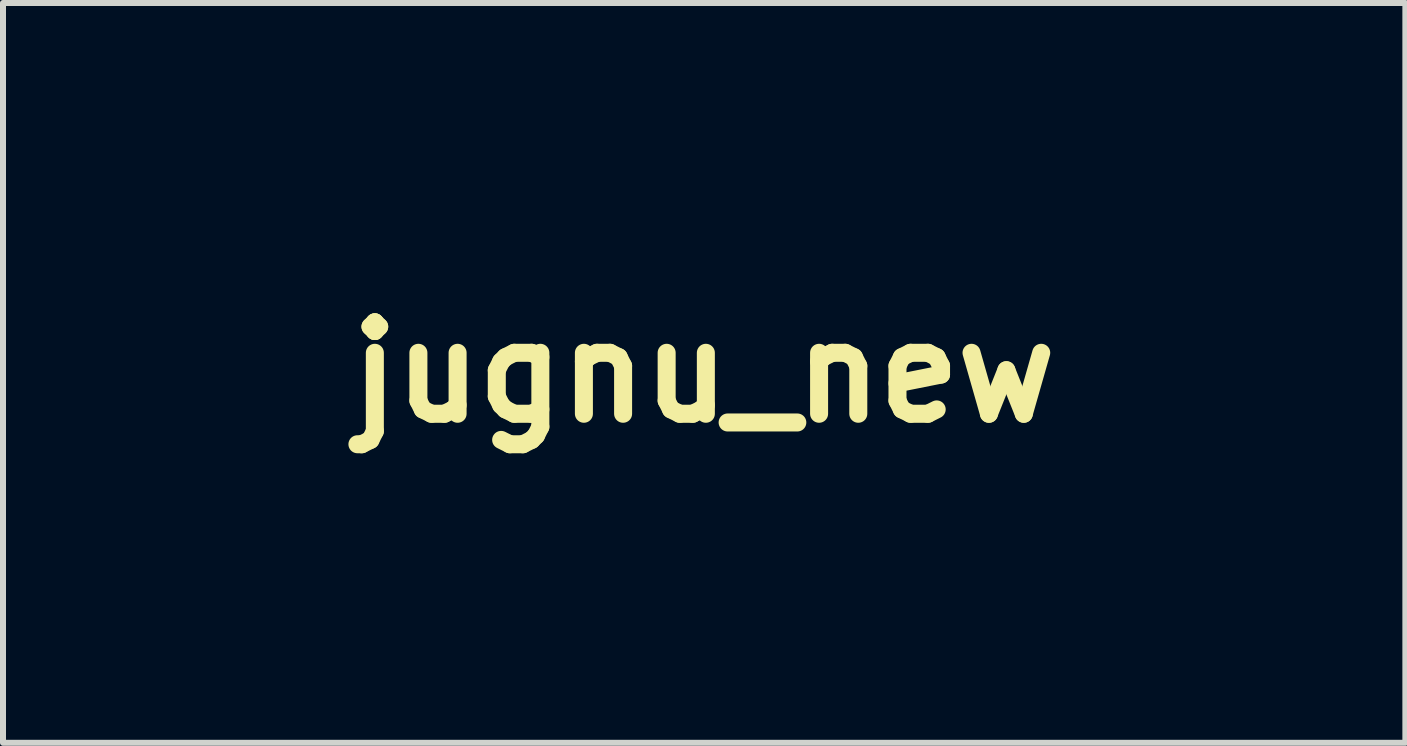
<source format=kicad_pcb>
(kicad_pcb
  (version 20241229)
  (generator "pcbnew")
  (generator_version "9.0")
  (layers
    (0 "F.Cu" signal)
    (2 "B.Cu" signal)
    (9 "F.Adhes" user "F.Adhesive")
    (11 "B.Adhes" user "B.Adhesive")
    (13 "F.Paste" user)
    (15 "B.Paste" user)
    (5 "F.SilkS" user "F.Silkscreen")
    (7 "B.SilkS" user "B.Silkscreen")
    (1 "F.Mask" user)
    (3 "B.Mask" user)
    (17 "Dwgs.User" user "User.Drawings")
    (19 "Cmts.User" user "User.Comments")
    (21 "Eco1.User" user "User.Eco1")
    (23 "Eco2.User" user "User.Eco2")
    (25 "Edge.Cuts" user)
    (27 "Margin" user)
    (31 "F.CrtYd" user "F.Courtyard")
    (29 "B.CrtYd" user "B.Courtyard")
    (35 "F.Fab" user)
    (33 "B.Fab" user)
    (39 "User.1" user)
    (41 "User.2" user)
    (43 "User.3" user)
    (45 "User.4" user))
  (footprint "jugnu_new"
    (layer "F.Cu")
    (at 8.675 3.155)
    (property "Reference" "jugnu_new" (at 0 0 0) (layer "F.SilkS") (effects (font (size 1.524 1.524) (thickness 0.3))))
    (attr through_hole)
    (fp_poly (pts (xy 0.965 3.167) (xy 0.694 3.167) (xy 0.694 2.845) (xy 0.965 2.845) (xy 0.965 3.167)) (stroke (width 0.01) (type solid)) (fill yes) (layer "F.Mask"))
    (fp_poly (pts (xy -0.271 2.946) (xy 0.152 2.946) (xy 0.152 3.167) (xy -0.948 3.167) (xy -0.948 2.946) (xy -0.525 2.946) (xy -0.525 2.218) (xy -0.525 2.065) (xy -0.525 1.923) (xy -0.526 1.795) (xy -0.526 1.685) (xy -0.527 1.596) (xy -0.528 1.532) (xy -0.529 1.497) (xy -0.529 1.49) (xy -0.546 1.493) (xy -0.591 1.502) (xy -0.655 1.514) (xy -0.735 1.529) (xy -0.753 1.533) (xy -0.834 1.548) (xy -0.903 1.561) (xy -0.952 1.57) (xy -0.976 1.575) (xy -0.977 1.575) (xy -0.98 1.559) (xy -0.981 1.518) (xy -0.982 1.461) (xy -0.982 1.456) (xy -0.981 1.398) (xy -0.98 1.356) (xy -0.977 1.338) (xy -0.977 1.338) (xy -0.96 1.335) (xy -0.915 1.326) (xy -0.85 1.314) (xy -0.771 1.299) (xy -0.753 1.295) (xy -0.656 1.279) (xy -0.556 1.265) (xy -0.467 1.256) (xy -0.402 1.253) (xy -0.271 1.253) (xy -0.271 2.946)) (stroke (width 0.01) (type solid)) (fill yes) (layer "F.Mask"))
    (fp_poly (pts (xy 2.235 2.946) (xy 2.659 2.946) (xy 2.659 3.167) (xy 1.558 3.167) (xy 1.558 2.946) (xy 1.981 2.946) (xy 1.981 2.218) (xy 1.981 2.065) (xy 1.981 1.923) (xy 1.98 1.795) (xy 1.98 1.685) (xy 1.979 1.596) (xy 1.978 1.532) (xy 1.978 1.497) (xy 1.977 1.49) (xy 1.96 1.493) (xy 1.916 1.502) (xy 1.851 1.514) (xy 1.771 1.529) (xy 1.753 1.533) (xy 1.672 1.548) (xy 1.603 1.561) (xy 1.554 1.57) (xy 1.53 1.575) (xy 1.529 1.575) (xy 1.527 1.559) (xy 1.525 1.518) (xy 1.524 1.461) (xy 1.524 1.456) (xy 1.525 1.398) (xy 1.526 1.356) (xy 1.529 1.338) (xy 1.529 1.338) (xy 1.546 1.335) (xy 1.591 1.326) (xy 1.656 1.314) (xy 1.735 1.299) (xy 1.753 1.295) (xy 1.85 1.279) (xy 1.95 1.265) (xy 2.039 1.256) (xy 2.104 1.253) (xy 2.235 1.253) (xy 2.235 2.946)) (stroke (width 0.01) (type solid)) (fill yes) (layer "F.Mask"))
    (fp_poly (pts (xy -1.419 1.728) (xy -1.375 1.729) (xy -1.355 1.731) (xy -1.355 1.731) (xy -1.361 1.748) (xy -1.377 1.792) (xy -1.403 1.862) (xy -1.438 1.955) (xy -1.479 2.066) (xy -1.527 2.192) (xy -1.579 2.332) (xy -1.622 2.447) (xy -1.889 3.158) (xy -2.211 3.168) (xy -2.471 2.469) (xy -2.526 2.322) (xy -2.577 2.185) (xy -2.623 2.061) (xy -2.663 1.953) (xy -2.696 1.864) (xy -2.721 1.798) (xy -2.735 1.759) (xy -2.739 1.748) (xy -2.734 1.737) (xy -2.705 1.73) (xy -2.648 1.728) (xy -2.622 1.727) (xy -2.498 1.728) (xy -2.279 2.32) (xy -2.23 2.454) (xy -2.183 2.577) (xy -2.142 2.686) (xy -2.107 2.778) (xy -2.079 2.848) (xy -2.06 2.894) (xy -2.051 2.912) (xy -2.051 2.912) (xy -2.043 2.897) (xy -2.024 2.853) (xy -1.997 2.785) (xy -1.963 2.695) (xy -1.922 2.587) (xy -1.876 2.465) (xy -1.826 2.332) (xy -1.822 2.32) (xy -1.603 1.727) (xy -1.479 1.727) (xy -1.419 1.728)) (stroke (width 0.01) (type solid)) (fill yes) (layer "F.Mask"))
    (fp_poly (pts (xy -6.663 -3.129) (xy -6.655 -3.107) (xy -6.639 -3.058) (xy -6.615 -2.986) (xy -6.585 -2.896) (xy -6.55 -2.793) (xy -6.522 -2.709) (xy -6.389 -2.311) (xy -5.692 -2.307) (xy -4.995 -2.303) (xy -4.995 -2.152) (xy -5.224 -2.142) (xy -5.232 -1.877) (xy -5.236 -1.776) (xy -5.239 -1.703) (xy -5.244 -1.652) (xy -5.251 -1.615) (xy -5.262 -1.587) (xy -5.277 -1.561) (xy -5.292 -1.539) (xy -5.36 -1.465) (xy -5.442 -1.412) (xy -5.53 -1.384) (xy -5.617 -1.384) (xy -5.639 -1.389) (xy -5.679 -1.398) (xy -5.702 -1.399) (xy -5.703 -1.398) (xy -5.7 -1.378) (xy -5.678 -1.337) (xy -5.64 -1.28) (xy -5.59 -1.211) (xy -5.53 -1.135) (xy -5.464 -1.055) (xy -5.396 -0.977) (xy -5.329 -0.904) (xy -5.267 -0.841) (xy -5.256 -0.832) (xy -5.128 -0.712) (xy -5.174 -0.653) (xy -5.219 -0.593) (xy -5.295 -0.656) (xy -5.418 -0.768) (xy -5.546 -0.905) (xy -5.675 -1.062) (xy -5.799 -1.23) (xy -5.913 -1.404) (xy -6.012 -1.577) (xy -6.034 -1.62) (xy -6.094 -1.739) (xy -6.029 -1.775) (xy -5.973 -1.803) (xy -5.94 -1.81) (xy -5.927 -1.796) (xy -5.927 -1.79) (xy -5.914 -1.759) (xy -5.882 -1.716) (xy -5.838 -1.668) (xy -5.789 -1.625) (xy -5.744 -1.594) (xy -5.739 -1.591) (xy -5.68 -1.57) (xy -5.611 -1.56) (xy -5.546 -1.561) (xy -5.496 -1.573) (xy -5.486 -1.58) (xy -5.454 -1.608) (xy -5.431 -1.639) (xy -5.416 -1.679) (xy -5.407 -1.735) (xy -5.403 -1.811) (xy -5.402 -1.915) (xy -5.402 -2.151) (xy -6.401 -2.151) (xy -6.401 -0.593) (xy -6.57 -0.593) (xy -6.57 -2.151) (xy -7.078 -2.151) (xy -7.078 -0.593) (xy -7.247 -0.593) (xy -7.247 -1.405) (xy -7.472 -1.406) (xy -7.696 -1.406) (xy -7.789 -1.575) (xy -7.247 -1.575) (xy -7.247 -2.151) (xy -7.84 -2.151) (xy -7.841 -1.884) (xy -7.842 -1.762) (xy -7.847 -1.667) (xy -7.858 -1.595) (xy -7.876 -1.539) (xy -7.902 -1.493) (xy -7.938 -1.452) (xy -7.965 -1.426) (xy -8.02 -1.387) (xy -8.079 -1.37) (xy -8.155 -1.37) (xy -8.161 -1.37) (xy -8.188 -1.369) (xy -8.187 -1.356) (xy -8.184 -1.352) (xy -8.169 -1.332) (xy -8.138 -1.289) (xy -8.093 -1.227) (xy -8.038 -1.15) (xy -7.975 -1.062) (xy -7.942 -1.016) (xy -7.876 -0.925) (xy -7.817 -0.843) (xy -7.767 -0.774) (xy -7.73 -0.721) (xy -7.707 -0.69) (xy -7.702 -0.684) (xy -7.705 -0.662) (xy -7.739 -0.631) (xy -7.755 -0.621) (xy -7.822 -0.576) (xy -7.98 -0.8) (xy -8.04 -0.885) (xy -8.113 -0.989) (xy -8.194 -1.103) (xy -8.277 -1.22) (xy -8.355 -1.331) (xy -8.365 -1.345) (xy -8.59 -1.665) (xy -8.533 -1.712) (xy -8.496 -1.742) (xy -8.47 -1.759) (xy -8.465 -1.761) (xy -8.451 -1.748) (xy -8.425 -1.715) (xy -8.394 -1.672) (xy -8.327 -1.592) (xy -8.256 -1.542) (xy -8.185 -1.522) (xy -8.116 -1.533) (xy -8.065 -1.565) (xy -8.018 -1.606) (xy -8.013 -1.878) (xy -8.007 -2.151) (xy -8.67 -2.151) (xy -8.67 -2.303) (xy -7.65 -2.303) (xy -6.629 -2.304) (xy -6.742 -2.377) (xy -6.796 -2.412) (xy -6.87 -2.46) (xy -6.957 -2.516) (xy -7.048 -2.576) (xy -7.094 -2.606) (xy -7.333 -2.762) (xy -7.306 -2.808) (xy -7.287 -2.841) (xy -7.271 -2.866) (xy -7.255 -2.882) (xy -7.235 -2.887) (xy -7.209 -2.88) (xy -7.172 -2.858) (xy -7.121 -2.822) (xy -7.054 -2.768) (xy -6.966 -2.697) (xy -6.872 -2.619) (xy -6.778 -2.542) (xy -6.692 -2.473) (xy -6.619 -2.415) (xy -6.561 -2.369) (xy -6.522 -2.34) (xy -6.505 -2.329) (xy -6.505 -2.329) (xy -6.509 -2.346) (xy -6.526 -2.386) (xy -6.552 -2.444) (xy -6.579 -2.501) (xy -6.621 -2.588) (xy -6.67 -2.691) (xy -6.719 -2.795) (xy -6.749 -2.857) (xy -6.839 -3.046) (xy -6.755 -3.098) (xy -6.702 -3.127) (xy -6.672 -3.135) (xy -6.663 -3.129)) (stroke (width 0.01) (type solid)) (fill yes) (layer "F.Mask"))
    (fp_poly (pts (xy 0.508 -2.151) (xy 0.22 -2.151) (xy 0.224 -1.43) (xy 0.229 -0.709) (xy 0.317 -0.679) (xy 0.411 -0.638) (xy 0.5 -0.58) (xy 0.591 -0.5) (xy 0.644 -0.444) (xy 0.687 -0.391) (xy 0.734 -0.326) (xy 0.78 -0.255) (xy 0.821 -0.183) (xy 0.856 -0.118) (xy 0.88 -0.064) (xy 0.889 -0.027) (xy 0.886 -0.017) (xy 0.862 -0.002) (xy 0.821 0.018) (xy 0.81 0.022) (xy 0.748 0.048) (xy 0.719 -0.023) (xy 0.658 -0.149) (xy 0.58 -0.267) (xy 0.49 -0.371) (xy 0.394 -0.453) (xy 0.312 -0.502) (xy 0.245 -0.529) (xy 0.187 -0.539) (xy 0.123 -0.538) (xy 0.064 -0.53) (xy 0.023 -0.514) (xy -0.015 -0.483) (xy -0.037 -0.46) (xy -0.076 -0.414) (xy -0.095 -0.375) (xy -0.101 -0.329) (xy -0.102 -0.314) (xy -0.095 -0.253) (xy -0.072 -0.206) (xy -0.055 -0.186) (xy 0.007 -0.138) (xy 0.078 -0.122) (xy 0.157 -0.14) (xy 0.193 -0.157) (xy 0.269 -0.2) (xy 0.353 -0.059) (xy 0.316 -0.03) (xy 0.26 0.002) (xy 0.187 0.03) (xy 0.112 0.047) (xy 0.073 0.051) (xy -0.02 0.035) (xy -0.109 -0.01) (xy -0.186 -0.079) (xy -0.239 -0.156) (xy -0.264 -0.234) (xy -0.27 -0.326) (xy -0.257 -0.416) (xy -0.245 -0.454) (xy -0.2 -0.529) (xy -0.133 -0.601) (xy -0.058 -0.657) (xy -0.032 -0.67) (xy 0.034 -0.699) (xy 0.034 -1.544) (xy -0.235 -1.538) (xy -0.348 -1.535) (xy -0.431 -1.53) (xy -0.488 -1.523) (xy -0.521 -1.515) (xy -0.531 -1.509) (xy -0.547 -1.486) (xy -0.556 -1.444) (xy -0.559 -1.376) (xy -0.559 -1.37) (xy -0.561 -1.302) (xy -0.569 -1.258) (xy -0.584 -1.229) (xy -0.593 -1.219) (xy -0.624 -1.194) (xy -0.647 -1.185) (xy -0.671 -1.198) (xy -0.71 -1.232) (xy -0.758 -1.28) (xy -0.81 -1.339) (xy -0.861 -1.4) (xy -0.904 -1.458) (xy -0.929 -1.496) (xy -0.966 -1.569) (xy -0.977 -1.624) (xy -0.961 -1.663) (xy -0.919 -1.689) (xy -0.912 -1.692) (xy -0.876 -1.698) (xy -0.809 -1.703) (xy -0.712 -1.707) (xy -0.589 -1.709) (xy -0.442 -1.71) (xy -0.412 -1.71) (xy 0.034 -1.71) (xy 0.034 -2.151) (xy -1.287 -2.151) (xy -1.287 -0.593) (xy -1.456 -0.593) (xy -1.456 -2.151) (xy -1.88 -2.151) (xy -1.88 -1.71) (xy -1.88 -1.576) (xy -1.88 -1.472) (xy -1.882 -1.394) (xy -1.884 -1.337) (xy -1.888 -1.297) (xy -1.893 -1.27) (xy -1.9 -1.253) (xy -1.91 -1.24) (xy -1.913 -1.236) (xy -1.943 -1.211) (xy -1.962 -1.202) (xy -1.99 -1.214) (xy -2.033 -1.244) (xy -2.083 -1.285) (xy -2.133 -1.333) (xy -2.169 -1.373) (xy -2.24 -1.467) (xy -2.284 -1.541) (xy -2.3 -1.598) (xy -2.289 -1.639) (xy -2.251 -1.664) (xy -2.185 -1.676) (xy -2.153 -1.676) (xy -2.106 -1.682) (xy -2.072 -1.694) (xy -2.069 -1.697) (xy -2.059 -1.724) (xy -2.053 -1.784) (xy -2.049 -1.876) (xy -2.049 -1.934) (xy -2.049 -2.151) (xy -2.608 -2.151) (xy -2.608 -0.681) (xy -2.564 -0.67) (xy -2.517 -0.646) (xy -2.463 -0.6) (xy -2.412 -0.543) (xy -2.373 -0.483) (xy -2.358 -0.447) (xy -2.34 -0.336) (xy -2.352 -0.232) (xy -2.392 -0.139) (xy -2.455 -0.058) (xy -2.54 0.009) (xy -2.643 0.059) (xy -2.76 0.089) (xy -2.89 0.099) (xy -3.027 0.084) (xy -3.068 0.075) (xy -3.136 0.055) (xy -3.216 0.027) (xy -3.275 0.002) (xy -3.329 -0.025) (xy -3.393 -0.061) (xy -3.46 -0.103) (xy -3.525 -0.145) (xy -3.581 -0.183) (xy -3.622 -0.215) (xy -3.64 -0.234) (xy -3.641 -0.236) (xy -3.631 -0.255) (xy -3.607 -0.291) (xy -3.587 -0.318) (xy -3.533 -0.388) (xy -3.456 -0.329) (xy -3.33 -0.243) (xy -3.192 -0.164) (xy -3.099 -0.119) (xy -3.007 -0.09) (xy -2.904 -0.076) (xy -2.802 -0.078) (xy -2.712 -0.095) (xy -2.667 -0.113) (xy -2.583 -0.171) (xy -2.53 -0.237) (xy -2.51 -0.311) (xy -2.522 -0.389) (xy -2.532 -0.413) (xy -2.578 -0.475) (xy -2.642 -0.512) (xy -2.719 -0.524) (xy -2.804 -0.509) (xy -2.892 -0.468) (xy -2.923 -0.447) (xy -2.975 -0.408) (xy -3.033 -0.468) (xy -3.09 -0.528) (xy -3.032 -0.577) (xy -2.958 -0.625) (xy -2.858 -0.668) (xy -2.798 -0.687) (xy -2.792 -0.697) (xy -2.786 -0.724) (xy -2.783 -0.771) (xy -2.78 -0.841) (xy -2.778 -0.937) (xy -2.777 -1.062) (xy -2.777 -1.159) (xy -2.777 -1.626) (xy -3.184 -1.626) (xy -3.135 -1.528) (xy -3.082 -1.396) (xy -3.056 -1.266) (xy -3.056 -1.142) (xy -3.084 -1.031) (xy -3.097 -1.002) (xy -3.158 -0.918) (xy -3.24 -0.852) (xy -3.335 -0.81) (xy -3.431 -0.796) (xy -3.516 -0.813) (xy -3.607 -0.86) (xy -3.7 -0.936) (xy -3.795 -1.037) (xy -3.887 -1.161) (xy -3.976 -1.306) (xy -4.047 -1.445) (xy -4.091 -1.539) (xy -4.121 -1.608) (xy -4.138 -1.656) (xy -4.142 -1.688) (xy -4.134 -1.708) (xy -4.114 -1.723) (xy -4.089 -1.735) (xy -4.046 -1.751) (xy -4.017 -1.761) (xy -4.013 -1.761) (xy -4.001 -1.747) (xy -3.983 -1.71) (xy -3.971 -1.681) (xy -3.934 -1.592) (xy -3.886 -1.491) (xy -3.83 -1.386) (xy -3.774 -1.286) (xy -3.72 -1.2) (xy -3.679 -1.143) (xy -3.606 -1.065) (xy -3.532 -1.007) (xy -3.462 -0.973) (xy -3.421 -0.966) (xy -3.356 -0.981) (xy -3.297 -1.022) (xy -3.25 -1.083) (xy -3.222 -1.154) (xy -3.217 -1.197) (xy -3.224 -1.258) (xy -3.241 -1.336) (xy -3.266 -1.418) (xy -3.293 -1.489) (xy -3.302 -1.506) (xy -3.328 -1.552) (xy -3.368 -1.612) (xy -3.413 -1.675) (xy -3.42 -1.684) (xy -3.504 -1.795) (xy -2.777 -1.795) (xy -2.777 -2.151) (xy -4.25 -2.151) (xy -4.25 -2.303) (xy 0.508 -2.303) (xy 0.508 -2.151)) (stroke (width 0.01) (type solid)) (fill yes) (layer "F.Mask"))
    (fp_poly (pts (xy 6.813 -2.303) (xy 8.687 -2.303) (xy 8.687 -2.151) (xy 8.399 -2.151) (xy 8.399 -0.593) (xy 8.213 -0.593) (xy 8.213 -1.544) (xy 7.944 -1.538) (xy 7.831 -1.535) (xy 7.748 -1.53) (xy 7.691 -1.523) (xy 7.658 -1.515) (xy 7.648 -1.509) (xy 7.632 -1.486) (xy 7.623 -1.444) (xy 7.62 -1.376) (xy 7.62 -1.37) (xy 7.618 -1.302) (xy 7.61 -1.258) (xy 7.595 -1.229) (xy 7.586 -1.219) (xy 7.554 -1.194) (xy 7.531 -1.185) (xy 7.508 -1.198) (xy 7.469 -1.232) (xy 7.421 -1.28) (xy 7.369 -1.339) (xy 7.318 -1.4) (xy 7.274 -1.458) (xy 7.25 -1.496) (xy 7.213 -1.569) (xy 7.202 -1.624) (xy 7.218 -1.663) (xy 7.26 -1.689) (xy 7.267 -1.692) (xy 7.303 -1.698) (xy 7.37 -1.703) (xy 7.467 -1.707) (xy 7.59 -1.709) (xy 7.737 -1.71) (xy 7.766 -1.71) (xy 8.213 -1.71) (xy 8.213 -2.151) (xy 6.841 -2.151) (xy 6.841 -1.626) (xy 6.498 -1.626) (xy 6.368 -1.625) (xy 6.267 -1.622) (xy 6.19 -1.616) (xy 6.134 -1.606) (xy 6.092 -1.589) (xy 6.062 -1.564) (xy 6.037 -1.531) (xy 6.014 -1.487) (xy 6.011 -1.482) (xy 5.983 -1.386) (xy 5.981 -1.279) (xy 6.005 -1.17) (xy 6.053 -1.063) (xy 6.122 -0.967) (xy 6.157 -0.932) (xy 6.252 -0.858) (xy 6.349 -0.812) (xy 6.458 -0.791) (xy 6.519 -0.789) (xy 6.654 -0.804) (xy 6.775 -0.848) (xy 6.879 -0.919) (xy 6.911 -0.95) (xy 6.974 -1.019) (xy 7.038 -0.96) (xy 7.102 -0.901) (xy 7.054 -0.838) (xy 6.983 -0.767) (xy 6.888 -0.703) (xy 6.777 -0.652) (xy 6.767 -0.648) (xy 6.68 -0.628) (xy 6.574 -0.619) (xy 6.462 -0.62) (xy 6.359 -0.631) (xy 6.288 -0.649) (xy 6.157 -0.712) (xy 6.041 -0.801) (xy 5.945 -0.912) (xy 5.872 -1.04) (xy 5.825 -1.179) (xy 5.808 -1.325) (xy 5.808 -1.328) (xy 5.822 -1.459) (xy 5.863 -1.573) (xy 5.922 -1.66) (xy 5.965 -1.706) (xy 6.007 -1.74) (xy 6.055 -1.764) (xy 6.114 -1.78) (xy 6.19 -1.789) (xy 6.289 -1.794) (xy 6.397 -1.795) (xy 6.672 -1.795) (xy 6.672 -2.151) (xy 5.436 -2.151) (xy 5.436 -0.593) (xy 5.266 -0.593) (xy 5.266 -1.609) (xy 5.223 -1.609) (xy 5.147 -1.593) (xy 5.068 -1.549) (xy 4.991 -1.482) (xy 4.921 -1.396) (xy 4.863 -1.295) (xy 4.833 -1.225) (xy 4.803 -1.139) (xy 4.728 -1.164) (xy 4.683 -1.181) (xy 4.663 -1.197) (xy 4.661 -1.223) (xy 4.665 -1.249) (xy 4.679 -1.301) (xy 4.703 -1.362) (xy 4.712 -1.382) (xy 4.748 -1.456) (xy 4.706 -1.501) (xy 4.63 -1.559) (xy 4.535 -1.596) (xy 4.436 -1.608) (xy 4.334 -1.593) (xy 4.245 -1.549) (xy 4.174 -1.478) (xy 4.124 -1.385) (xy 4.107 -1.326) (xy 4.105 -1.239) (xy 4.134 -1.148) (xy 4.19 -1.056) (xy 4.27 -0.966) (xy 4.374 -0.881) (xy 4.496 -0.805) (xy 4.547 -0.78) (xy 4.601 -0.754) (xy 4.64 -0.732) (xy 4.657 -0.721) (xy 4.657 -0.72) (xy 4.651 -0.698) (xy 4.636 -0.661) (xy 4.619 -0.62) (xy 4.603 -0.588) (xy 4.595 -0.576) (xy 4.567 -0.584) (xy 4.517 -0.607) (xy 4.455 -0.64) (xy 4.386 -0.678) (xy 4.319 -0.719) (xy 4.261 -0.757) (xy 4.232 -0.777) (xy 4.113 -0.882) (xy 4.026 -0.989) (xy 3.97 -1.101) (xy 3.943 -1.219) (xy 3.939 -1.278) (xy 3.955 -1.409) (xy 4.001 -1.527) (xy 4.074 -1.629) (xy 4.173 -1.71) (xy 4.242 -1.746) (xy 4.354 -1.779) (xy 4.476 -1.784) (xy 4.601 -1.764) (xy 4.719 -1.719) (xy 4.8 -1.668) (xy 4.873 -1.612) (xy 4.93 -1.659) (xy 5.029 -1.726) (xy 5.137 -1.769) (xy 5.181 -1.779) (xy 5.266 -1.798) (xy 5.266 -2.151) (xy 3.573 -2.151) (xy 3.573 -0.593) (xy 3.404 -0.593) (xy 3.404 -2.151) (xy 2.896 -2.151) (xy 2.896 -0.593) (xy 2.726 -0.593) (xy 2.726 -1.609) (xy 2.683 -1.609) (xy 2.607 -1.593) (xy 2.528 -1.549) (xy 2.451 -1.482) (xy 2.381 -1.396) (xy 2.323 -1.295) (xy 2.293 -1.225) (xy 2.263 -1.139) (xy 2.188 -1.164) (xy 2.143 -1.181) (xy 2.123 -1.197) (xy 2.121 -1.223) (xy 2.125 -1.249) (xy 2.139 -1.301) (xy 2.163 -1.362) (xy 2.172 -1.382) (xy 2.208 -1.456) (xy 2.166 -1.501) (xy 2.09 -1.559) (xy 1.995 -1.596) (xy 1.896 -1.608) (xy 1.794 -1.593) (xy 1.705 -1.549) (xy 1.634 -1.478) (xy 1.584 -1.385) (xy 1.567 -1.326) (xy 1.565 -1.239) (xy 1.594 -1.148) (xy 1.65 -1.056) (xy 1.73 -0.966) (xy 1.834 -0.881) (xy 1.956 -0.805) (xy 2.007 -0.78) (xy 2.061 -0.754) (xy 2.1 -0.732) (xy 2.117 -0.721) (xy 2.117 -0.72) (xy 2.11 -0.696) (xy 2.095 -0.657) (xy 2.077 -0.617) (xy 2.06 -0.586) (xy 2.051 -0.576) (xy 2.032 -0.583) (xy 1.991 -0.602) (xy 1.934 -0.63) (xy 1.912 -0.64) (xy 1.765 -0.726) (xy 1.636 -0.825) (xy 1.53 -0.933) (xy 1.452 -1.046) (xy 1.428 -1.094) (xy 1.405 -1.178) (xy 1.399 -1.278) (xy 1.408 -1.381) (xy 1.433 -1.473) (xy 1.437 -1.483) (xy 1.496 -1.581) (xy 1.58 -1.668) (xy 1.677 -1.734) (xy 1.702 -1.746) (xy 1.814 -1.779) (xy 1.936 -1.784) (xy 2.061 -1.764) (xy 2.179 -1.719) (xy 2.26 -1.668) (xy 2.333 -1.612) (xy 2.39 -1.659) (xy 2.489 -1.726) (xy 2.597 -1.769) (xy 2.641 -1.779) (xy 2.726 -1.798) (xy 2.726 -2.151) (xy 1.253 -2.151) (xy 1.253 -2.303) (xy 3.945 -2.307) (xy 6.638 -2.311) (xy 6.333 -2.671) (xy 6.254 -2.765) (xy 6.182 -2.852) (xy 6.121 -2.926) (xy 6.073 -2.986) (xy 6.041 -3.027) (xy 6.028 -3.046) (xy 6.028 -3.047) (xy 6.04 -3.066) (xy 6.07 -3.096) (xy 6.08 -3.106) (xy 6.132 -3.15) (xy 6.813 -2.303)) (stroke (width 0.01) (type solid)) (fill yes) (layer "F.Mask")))
  (gr_rect
    (start -3 -3)
    (end 20.367 9.327)
    (stroke (width 0.1) (type default))
    (fill no)
    (layer "Edge.Cuts")))
</source>
